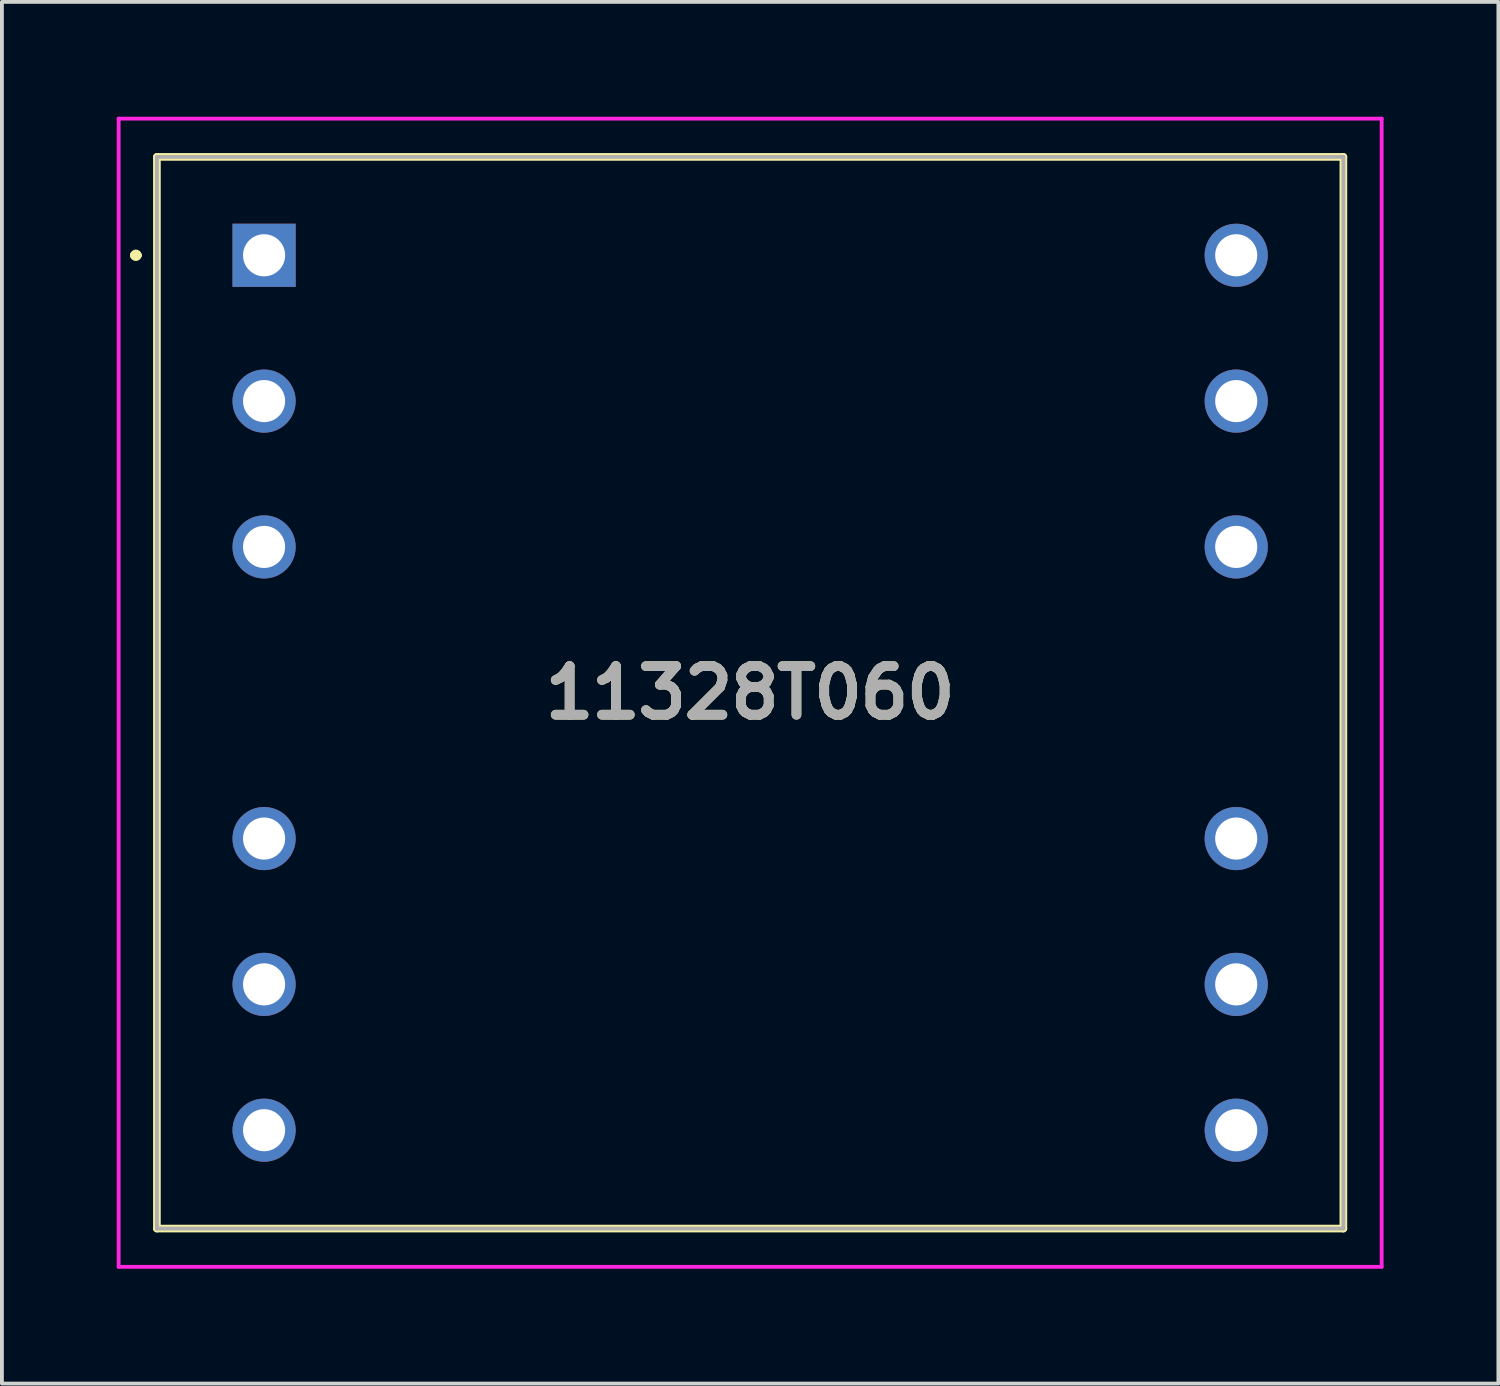
<source format=kicad_pcb>
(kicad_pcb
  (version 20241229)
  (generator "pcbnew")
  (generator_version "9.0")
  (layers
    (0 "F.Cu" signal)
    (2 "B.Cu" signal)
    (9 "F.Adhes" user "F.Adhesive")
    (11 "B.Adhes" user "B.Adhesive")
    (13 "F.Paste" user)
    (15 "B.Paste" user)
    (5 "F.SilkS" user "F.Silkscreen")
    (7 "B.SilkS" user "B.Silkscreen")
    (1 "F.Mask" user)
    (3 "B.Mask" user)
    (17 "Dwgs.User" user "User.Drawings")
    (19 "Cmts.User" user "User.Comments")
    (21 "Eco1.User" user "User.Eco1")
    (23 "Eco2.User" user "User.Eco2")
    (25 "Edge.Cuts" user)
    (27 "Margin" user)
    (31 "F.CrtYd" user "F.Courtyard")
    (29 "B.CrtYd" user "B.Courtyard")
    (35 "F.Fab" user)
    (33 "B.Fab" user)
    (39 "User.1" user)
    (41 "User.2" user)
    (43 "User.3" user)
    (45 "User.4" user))
  (footprint "11328T060"
    (layer "F.Cu")
    (at 3.85 3.62)
    (property "Reference" "11328T060" (at 12.7 11.43 0) (layer "F.SilkS") (effects (font (size 1.27 1.27) (thickness 0.254))))
    (attr through_hole)
    (fp_line (start -3.4 0) (end -3.4 0) (stroke (width 0.2) (type solid)) (layer "F.SilkS"))
    (fp_line (start -3.4 0) (end -3.3 0) (stroke (width 0.2) (type solid)) (layer "F.SilkS"))
    (fp_line (start -3.3 0) (end -3.3 0) (stroke (width 0.2) (type solid)) (layer "F.SilkS"))
    (fp_line (start -2.8 -2.57) (end 28.2 -2.57) (stroke (width 0.2) (type solid)) (layer "F.SilkS"))
    (fp_line (start -2.8 25.43) (end -2.8 -2.57) (stroke (width 0.2) (type solid)) (layer "F.SilkS"))
    (fp_line (start 28.2 -2.57) (end 28.2 25.43) (stroke (width 0.2) (type solid)) (layer "F.SilkS"))
    (fp_line (start 28.2 25.43) (end -2.8 25.43) (stroke (width 0.2) (type solid)) (layer "F.SilkS"))
    (fp_arc (start -3.4 0) (mid -3.35 -0.05) (end -3.3 0) (stroke (width 0.2) (type solid)) (layer "F.SilkS"))
    (fp_arc (start -3.3 0) (mid -3.35 0.05) (end -3.4 0) (stroke (width 0.2) (type solid)) (layer "F.SilkS"))
    (fp_line (start -3.8 -3.57) (end 29.2 -3.57) (stroke (width 0.1) (type solid)) (layer "F.CrtYd"))
    (fp_line (start -3.8 26.43) (end -3.8 -3.57) (stroke (width 0.1) (type solid)) (layer "F.CrtYd"))
    (fp_line (start 29.2 -3.57) (end 29.2 26.43) (stroke (width 0.1) (type solid)) (layer "F.CrtYd"))
    (fp_line (start 29.2 26.43) (end -3.8 26.43) (stroke (width 0.1) (type solid)) (layer "F.CrtYd"))
    (fp_line (start -2.8 -2.57) (end 28.2 -2.57) (stroke (width 0.1) (type solid)) (layer "F.Fab"))
    (fp_line (start -2.8 25.43) (end -2.8 -2.57) (stroke (width 0.1) (type solid)) (layer "F.Fab"))
    (fp_line (start 28.2 -2.57) (end 28.2 25.43) (stroke (width 0.1) (type solid)) (layer "F.Fab"))
    (fp_line (start 28.2 25.43) (end -2.8 25.43) (stroke (width 0.1) (type solid)) (layer "F.Fab"))
    (fp_text user "${REFERENCE}" (at 12.7 11.43 0) (layer "F.Fab") (effects (font (size 1.27 1.27) (thickness 0.254))))
    (pad "1" thru_hole rect (at 0 0) (size 1.65 1.65) (drill 1.1) (layers "*.Cu" "*.Mask"))
    (pad "2" thru_hole circle (at 0 3.81) (size 1.65 1.65) (drill 1.1) (layers "*.Cu" "*.Mask"))
    (pad "3" thru_hole circle (at 0 7.62) (size 1.65 1.65) (drill 1.1) (layers "*.Cu" "*.Mask"))
    (pad "4" thru_hole circle (at 0 15.24) (size 1.65 1.65) (drill 1.1) (layers "*.Cu" "*.Mask"))
    (pad "5" thru_hole circle (at 0 19.05) (size 1.65 1.65) (drill 1.1) (layers "*.Cu" "*.Mask"))
    (pad "6" thru_hole circle (at 0 22.86) (size 1.65 1.65) (drill 1.1) (layers "*.Cu" "*.Mask"))
    (pad "7" thru_hole circle (at 25.4 22.86) (size 1.65 1.65) (drill 1.1) (layers "*.Cu" "*.Mask"))
    (pad "8" thru_hole circle (at 25.4 19.05) (size 1.65 1.65) (drill 1.1) (layers "*.Cu" "*.Mask"))
    (pad "9" thru_hole circle (at 25.4 15.24) (size 1.65 1.65) (drill 1.1) (layers "*.Cu" "*.Mask"))
    (pad "10" thru_hole circle (at 25.4 7.62) (size 1.65 1.65) (drill 1.1) (layers "*.Cu" "*.Mask"))
    (pad "11" thru_hole circle (at 25.4 3.81) (size 1.65 1.65) (drill 1.1) (layers "*.Cu" "*.Mask"))
    (pad "12" thru_hole circle (at 25.4 0) (size 1.65 1.65) (drill 1.1) (layers "*.Cu" "*.Mask")))
  (gr_rect
    (start -3 -3)
    (end 36.1 33.1)
    (stroke (width 0.1) (type default))
    (fill no)
    (layer "Edge.Cuts")))
</source>
